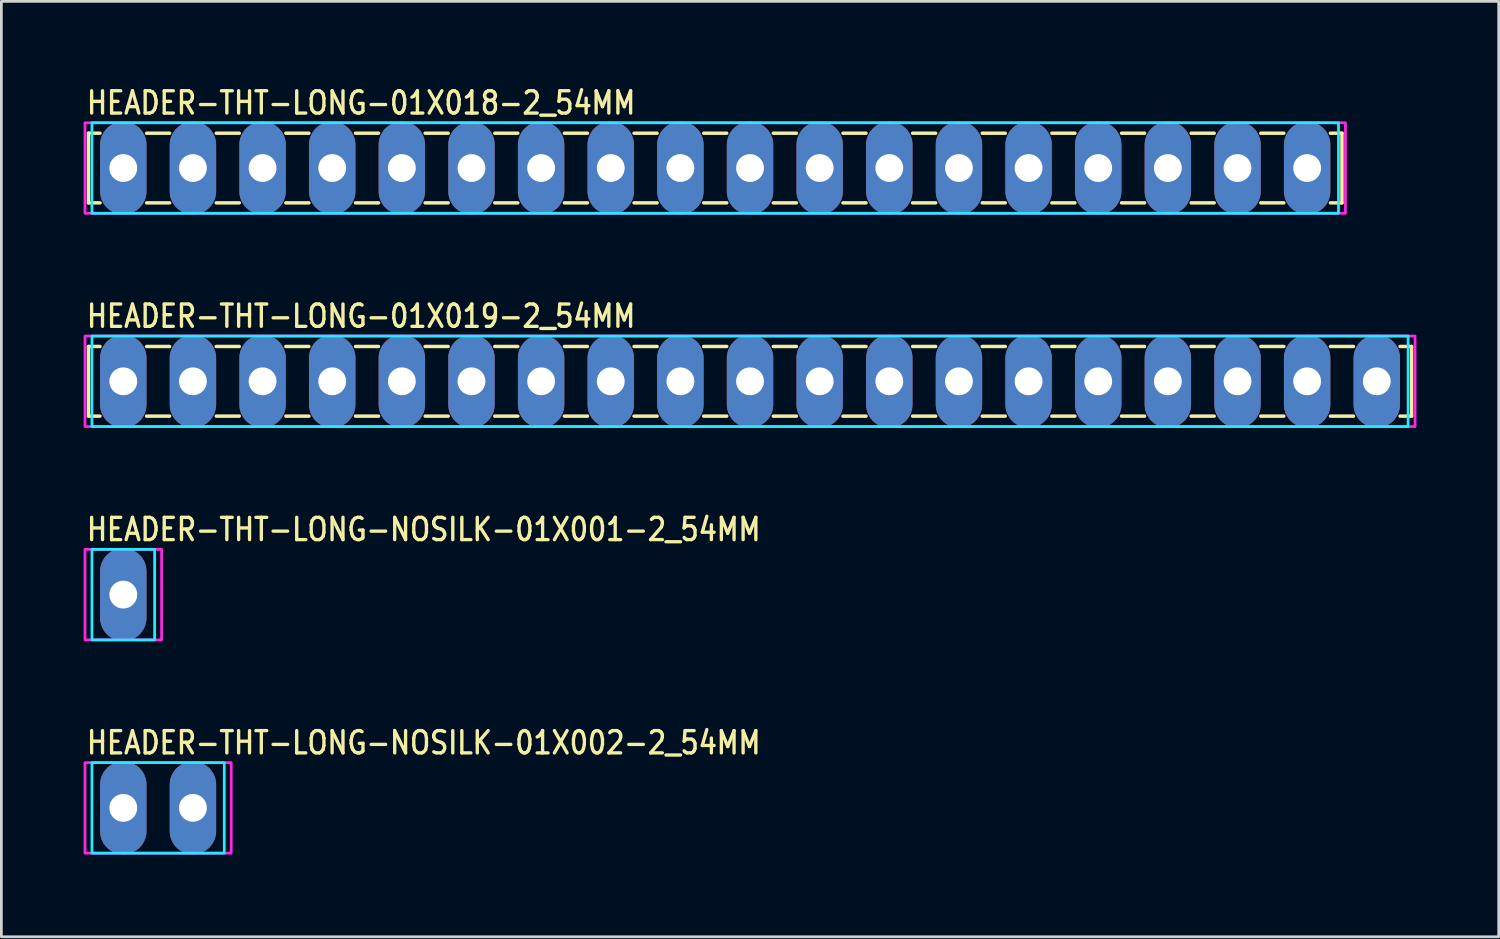
<source format=kicad_pcb>
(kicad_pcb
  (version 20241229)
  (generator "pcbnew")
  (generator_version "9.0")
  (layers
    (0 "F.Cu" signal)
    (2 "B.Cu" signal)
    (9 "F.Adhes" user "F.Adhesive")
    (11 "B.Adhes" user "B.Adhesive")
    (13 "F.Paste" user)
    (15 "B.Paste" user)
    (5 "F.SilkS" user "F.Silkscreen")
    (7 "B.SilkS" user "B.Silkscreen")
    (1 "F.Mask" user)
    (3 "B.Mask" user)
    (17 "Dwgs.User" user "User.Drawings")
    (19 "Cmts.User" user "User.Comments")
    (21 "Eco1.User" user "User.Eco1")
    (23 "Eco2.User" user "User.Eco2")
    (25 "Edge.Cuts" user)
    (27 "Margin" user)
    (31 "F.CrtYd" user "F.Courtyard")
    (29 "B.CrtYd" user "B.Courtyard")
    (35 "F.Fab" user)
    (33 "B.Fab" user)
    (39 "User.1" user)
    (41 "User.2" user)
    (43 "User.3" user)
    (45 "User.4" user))
  (footprint "HEADER-THT-LONG-NOSILK-01X002-2_54MM"
    (layer "F.Cu")
    (at 1.447 26.417)
    (property "Reference" "HEADER-THT-LONG-NOSILK-01X002-2_54MM" (at -1.4 -1.9 0) (unlocked yes) (layer "F.SilkS") (effects (font (size 0.813 0.695) (thickness 0.122)) (justify left bottom)))
    (fp_poly (pts (xy -1.143 -1.651) (xy 3.683 -1.651) (xy 3.683 1.651) (xy -1.143 1.651)) (stroke (width 0.1) (type solid)) (fill no) (layer "B.CrtYd"))
    (fp_poly (pts (xy -1.397 -1.651) (xy 3.937 -1.651) (xy 3.937 1.651) (xy -1.397 1.651)) (stroke (width 0.1) (type solid)) (fill no) (layer "F.CrtYd"))
    (pad "1" thru_hole oval (at 0 0 90) (size 3.387 1.693) (drill 1.016) (layers "*.Cu" "*.Mask"))
    (pad "2" thru_hole oval (at 2.54 0 90) (size 3.387 1.693) (drill 1.016) (layers "*.Cu" "*.Mask")))
  (footprint "HEADER-THT-LONG-NOSILK-01X001-2_54MM"
    (layer "F.Cu")
    (at 1.447 18.638)
    (property "Reference" "HEADER-THT-LONG-NOSILK-01X001-2_54MM" (at -1.4 -1.9 0) (unlocked yes) (layer "F.SilkS") (effects (font (size 0.813 0.695) (thickness 0.122)) (justify left bottom)))
    (fp_poly (pts (xy -1.143 -1.651) (xy 1.143 -1.651) (xy 1.143 1.651) (xy -1.143 1.651)) (stroke (width 0.1) (type solid)) (fill no) (layer "B.CrtYd"))
    (fp_poly (pts (xy -1.397 -1.651) (xy 1.397 -1.651) (xy 1.397 1.651) (xy -1.397 1.651)) (stroke (width 0.1) (type solid)) (fill no) (layer "F.CrtYd"))
    (pad "1" thru_hole oval (at 0 0 90) (size 3.387 1.693) (drill 1.016) (layers "*.Cu" "*.Mask")))
  (footprint "HEADER-THT-LONG-01X019-2_54MM"
    (layer "F.Cu")
    (at 1.447 10.858)
    (property "Reference" "HEADER-THT-LONG-01X019-2_54MM" (at -1.4 -1.9 0) (unlocked yes) (layer "F.SilkS") (effects (font (size 0.813 0.695) (thickness 0.122)) (justify left bottom)))
    (fp_line (start -1.27 -1.27) (end -1.27 1.27) (stroke (width 0.127) (type solid)) (layer "F.SilkS"))
    (fp_line (start -1.27 1.27) (end -0.85 1.27) (stroke (width 0.127) (type solid)) (layer "F.SilkS"))
    (fp_line (start -0.85 -1.27) (end -1.27 -1.27) (stroke (width 0.127) (type solid)) (layer "F.SilkS"))
    (fp_line (start 0.85 -1.27) (end 1.69 -1.27) (stroke (width 0.127) (type solid)) (layer "F.SilkS"))
    (fp_line (start 0.85 1.27) (end 1.69 1.27) (stroke (width 0.127) (type solid)) (layer "F.SilkS"))
    (fp_line (start 3.39 -1.27) (end 4.23 -1.27) (stroke (width 0.127) (type solid)) (layer "F.SilkS"))
    (fp_line (start 3.39 1.27) (end 4.23 1.27) (stroke (width 0.127) (type solid)) (layer "F.SilkS"))
    (fp_line (start 5.93 -1.27) (end 6.77 -1.27) (stroke (width 0.127) (type solid)) (layer "F.SilkS"))
    (fp_line (start 5.93 1.27) (end 6.77 1.27) (stroke (width 0.127) (type solid)) (layer "F.SilkS"))
    (fp_line (start 8.47 -1.27) (end 9.31 -1.27) (stroke (width 0.127) (type solid)) (layer "F.SilkS"))
    (fp_line (start 8.47 1.27) (end 9.31 1.27) (stroke (width 0.127) (type solid)) (layer "F.SilkS"))
    (fp_line (start 11.01 -1.27) (end 11.85 -1.27) (stroke (width 0.127) (type solid)) (layer "F.SilkS"))
    (fp_line (start 11.01 1.27) (end 11.85 1.27) (stroke (width 0.127) (type solid)) (layer "F.SilkS"))
    (fp_line (start 13.55 -1.27) (end 14.39 -1.27) (stroke (width 0.127) (type solid)) (layer "F.SilkS"))
    (fp_line (start 13.55 1.27) (end 14.39 1.27) (stroke (width 0.127) (type solid)) (layer "F.SilkS"))
    (fp_line (start 16.09 -1.27) (end 16.93 -1.27) (stroke (width 0.127) (type solid)) (layer "F.SilkS"))
    (fp_line (start 16.09 1.27) (end 16.93 1.27) (stroke (width 0.127) (type solid)) (layer "F.SilkS"))
    (fp_line (start 18.63 -1.27) (end 19.47 -1.27) (stroke (width 0.127) (type solid)) (layer "F.SilkS"))
    (fp_line (start 18.63 1.27) (end 19.47 1.27) (stroke (width 0.127) (type solid)) (layer "F.SilkS"))
    (fp_line (start 21.17 -1.27) (end 22.01 -1.27) (stroke (width 0.127) (type solid)) (layer "F.SilkS"))
    (fp_line (start 21.17 1.27) (end 22.01 1.27) (stroke (width 0.127) (type solid)) (layer "F.SilkS"))
    (fp_line (start 23.71 -1.27) (end 24.55 -1.27) (stroke (width 0.127) (type solid)) (layer "F.SilkS"))
    (fp_line (start 23.71 1.27) (end 24.55 1.27) (stroke (width 0.127) (type solid)) (layer "F.SilkS"))
    (fp_line (start 26.25 -1.27) (end 27.09 -1.27) (stroke (width 0.127) (type solid)) (layer "F.SilkS"))
    (fp_line (start 26.25 1.27) (end 27.09 1.27) (stroke (width 0.127) (type solid)) (layer "F.SilkS"))
    (fp_line (start 28.79 -1.27) (end 29.63 -1.27) (stroke (width 0.127) (type solid)) (layer "F.SilkS"))
    (fp_line (start 28.79 1.27) (end 29.63 1.27) (stroke (width 0.127) (type solid)) (layer "F.SilkS"))
    (fp_line (start 31.33 -1.27) (end 32.17 -1.27) (stroke (width 0.127) (type solid)) (layer "F.SilkS"))
    (fp_line (start 31.33 1.27) (end 32.17 1.27) (stroke (width 0.127) (type solid)) (layer "F.SilkS"))
    (fp_line (start 33.87 -1.27) (end 34.71 -1.27) (stroke (width 0.127) (type solid)) (layer "F.SilkS"))
    (fp_line (start 33.87 1.27) (end 34.71 1.27) (stroke (width 0.127) (type solid)) (layer "F.SilkS"))
    (fp_line (start 36.41 -1.27) (end 37.25 -1.27) (stroke (width 0.127) (type solid)) (layer "F.SilkS"))
    (fp_line (start 36.41 1.27) (end 37.25 1.27) (stroke (width 0.127) (type solid)) (layer "F.SilkS"))
    (fp_line (start 38.95 -1.27) (end 39.79 -1.27) (stroke (width 0.127) (type solid)) (layer "F.SilkS"))
    (fp_line (start 38.95 1.27) (end 39.79 1.27) (stroke (width 0.127) (type solid)) (layer "F.SilkS"))
    (fp_line (start 41.49 -1.27) (end 42.33 -1.27) (stroke (width 0.127) (type solid)) (layer "F.SilkS"))
    (fp_line (start 41.49 1.27) (end 42.33 1.27) (stroke (width 0.127) (type solid)) (layer "F.SilkS"))
    (fp_line (start 44.03 -1.27) (end 44.87 -1.27) (stroke (width 0.127) (type solid)) (layer "F.SilkS"))
    (fp_line (start 44.03 1.27) (end 44.87 1.27) (stroke (width 0.127) (type solid)) (layer "F.SilkS"))
    (fp_line (start 46.57 -1.27) (end 46.99 -1.27) (stroke (width 0.127) (type solid)) (layer "F.SilkS"))
    (fp_line (start 46.99 -1.27) (end 46.99 1.27) (stroke (width 0.127) (type solid)) (layer "F.SilkS"))
    (fp_line (start 46.99 1.27) (end 46.57 1.27) (stroke (width 0.127) (type solid)) (layer "F.SilkS"))
    (fp_poly (pts (xy -1.143 -1.651) (xy 46.863 -1.651) (xy 46.863 1.651) (xy -1.143 1.651)) (stroke (width 0.1) (type solid)) (fill no) (layer "B.CrtYd"))
    (fp_poly (pts (xy -1.397 -1.651) (xy 47.117 -1.651) (xy 47.117 1.651) (xy -1.397 1.651)) (stroke (width 0.1) (type solid)) (fill no) (layer "F.CrtYd"))
    (pad "1" thru_hole oval (at 0 0 90) (size 3.387 1.693) (drill 1.016) (layers "*.Cu" "*.Mask"))
    (pad "2" thru_hole oval (at 2.54 0 90) (size 3.387 1.693) (drill 1.016) (layers "*.Cu" "*.Mask"))
    (pad "3" thru_hole oval (at 5.08 0 90) (size 3.387 1.693) (drill 1.016) (layers "*.Cu" "*.Mask"))
    (pad "4" thru_hole oval (at 7.62 0 90) (size 3.387 1.693) (drill 1.016) (layers "*.Cu" "*.Mask"))
    (pad "5" thru_hole oval (at 10.16 0 90) (size 3.387 1.693) (drill 1.016) (layers "*.Cu" "*.Mask"))
    (pad "6" thru_hole oval (at 12.7 0 90) (size 3.387 1.693) (drill 1.016) (layers "*.Cu" "*.Mask"))
    (pad "7" thru_hole oval (at 15.24 0 90) (size 3.387 1.693) (drill 1.016) (layers "*.Cu" "*.Mask"))
    (pad "8" thru_hole oval (at 17.78 0 90) (size 3.387 1.693) (drill 1.016) (layers "*.Cu" "*.Mask"))
    (pad "9" thru_hole oval (at 20.32 0 90) (size 3.387 1.693) (drill 1.016) (layers "*.Cu" "*.Mask"))
    (pad "10" thru_hole oval (at 22.86 0 90) (size 3.387 1.693) (drill 1.016) (layers "*.Cu" "*.Mask"))
    (pad "11" thru_hole oval (at 25.4 0 90) (size 3.387 1.693) (drill 1.016) (layers "*.Cu" "*.Mask"))
    (pad "12" thru_hole oval (at 27.94 0 90) (size 3.387 1.693) (drill 1.016) (layers "*.Cu" "*.Mask"))
    (pad "13" thru_hole oval (at 30.48 0 90) (size 3.387 1.693) (drill 1.016) (layers "*.Cu" "*.Mask"))
    (pad "14" thru_hole oval (at 33.02 0 90) (size 3.387 1.693) (drill 1.016) (layers "*.Cu" "*.Mask"))
    (pad "15" thru_hole oval (at 35.56 0 90) (size 3.387 1.693) (drill 1.016) (layers "*.Cu" "*.Mask"))
    (pad "16" thru_hole oval (at 38.1 0 90) (size 3.387 1.693) (drill 1.016) (layers "*.Cu" "*.Mask"))
    (pad "17" thru_hole oval (at 40.64 0 90) (size 3.387 1.693) (drill 1.016) (layers "*.Cu" "*.Mask"))
    (pad "18" thru_hole oval (at 43.18 0 90) (size 3.387 1.693) (drill 1.016) (layers "*.Cu" "*.Mask"))
    (pad "19" thru_hole oval (at 45.72 0 90) (size 3.387 1.693) (drill 1.016) (layers "*.Cu" "*.Mask")))
  (footprint "HEADER-THT-LONG-01X018-2_54MM"
    (layer "F.Cu")
    (at 1.447 3.079)
    (property "Reference" "HEADER-THT-LONG-01X018-2_54MM" (at -1.4 -1.9 0) (unlocked yes) (layer "F.SilkS") (effects (font (size 0.813 0.695) (thickness 0.122)) (justify left bottom)))
    (fp_line (start -1.27 -1.27) (end -1.27 1.27) (stroke (width 0.127) (type solid)) (layer "F.SilkS"))
    (fp_line (start -1.27 1.27) (end -0.85 1.27) (stroke (width 0.127) (type solid)) (layer "F.SilkS"))
    (fp_line (start -0.85 -1.27) (end -1.27 -1.27) (stroke (width 0.127) (type solid)) (layer "F.SilkS"))
    (fp_line (start 0.85 -1.27) (end 1.69 -1.27) (stroke (width 0.127) (type solid)) (layer "F.SilkS"))
    (fp_line (start 0.85 1.27) (end 1.69 1.27) (stroke (width 0.127) (type solid)) (layer "F.SilkS"))
    (fp_line (start 3.39 -1.27) (end 4.23 -1.27) (stroke (width 0.127) (type solid)) (layer "F.SilkS"))
    (fp_line (start 3.39 1.27) (end 4.23 1.27) (stroke (width 0.127) (type solid)) (layer "F.SilkS"))
    (fp_line (start 5.93 -1.27) (end 6.77 -1.27) (stroke (width 0.127) (type solid)) (layer "F.SilkS"))
    (fp_line (start 5.93 1.27) (end 6.77 1.27) (stroke (width 0.127) (type solid)) (layer "F.SilkS"))
    (fp_line (start 8.47 -1.27) (end 9.31 -1.27) (stroke (width 0.127) (type solid)) (layer "F.SilkS"))
    (fp_line (start 8.47 1.27) (end 9.31 1.27) (stroke (width 0.127) (type solid)) (layer "F.SilkS"))
    (fp_line (start 11.01 -1.27) (end 11.85 -1.27) (stroke (width 0.127) (type solid)) (layer "F.SilkS"))
    (fp_line (start 11.01 1.27) (end 11.85 1.27) (stroke (width 0.127) (type solid)) (layer "F.SilkS"))
    (fp_line (start 13.55 -1.27) (end 14.39 -1.27) (stroke (width 0.127) (type solid)) (layer "F.SilkS"))
    (fp_line (start 13.55 1.27) (end 14.39 1.27) (stroke (width 0.127) (type solid)) (layer "F.SilkS"))
    (fp_line (start 16.09 -1.27) (end 16.93 -1.27) (stroke (width 0.127) (type solid)) (layer "F.SilkS"))
    (fp_line (start 16.09 1.27) (end 16.93 1.27) (stroke (width 0.127) (type solid)) (layer "F.SilkS"))
    (fp_line (start 18.63 -1.27) (end 19.47 -1.27) (stroke (width 0.127) (type solid)) (layer "F.SilkS"))
    (fp_line (start 18.63 1.27) (end 19.47 1.27) (stroke (width 0.127) (type solid)) (layer "F.SilkS"))
    (fp_line (start 21.17 -1.27) (end 22.01 -1.27) (stroke (width 0.127) (type solid)) (layer "F.SilkS"))
    (fp_line (start 21.17 1.27) (end 22.01 1.27) (stroke (width 0.127) (type solid)) (layer "F.SilkS"))
    (fp_line (start 23.71 -1.27) (end 24.55 -1.27) (stroke (width 0.127) (type solid)) (layer "F.SilkS"))
    (fp_line (start 23.71 1.27) (end 24.55 1.27) (stroke (width 0.127) (type solid)) (layer "F.SilkS"))
    (fp_line (start 26.25 -1.27) (end 27.09 -1.27) (stroke (width 0.127) (type solid)) (layer "F.SilkS"))
    (fp_line (start 26.25 1.27) (end 27.09 1.27) (stroke (width 0.127) (type solid)) (layer "F.SilkS"))
    (fp_line (start 28.79 -1.27) (end 29.63 -1.27) (stroke (width 0.127) (type solid)) (layer "F.SilkS"))
    (fp_line (start 28.79 1.27) (end 29.63 1.27) (stroke (width 0.127) (type solid)) (layer "F.SilkS"))
    (fp_line (start 31.33 -1.27) (end 32.17 -1.27) (stroke (width 0.127) (type solid)) (layer "F.SilkS"))
    (fp_line (start 31.33 1.27) (end 32.17 1.27) (stroke (width 0.127) (type solid)) (layer "F.SilkS"))
    (fp_line (start 33.87 -1.27) (end 34.71 -1.27) (stroke (width 0.127) (type solid)) (layer "F.SilkS"))
    (fp_line (start 33.87 1.27) (end 34.71 1.27) (stroke (width 0.127) (type solid)) (layer "F.SilkS"))
    (fp_line (start 36.41 -1.27) (end 37.25 -1.27) (stroke (width 0.127) (type solid)) (layer "F.SilkS"))
    (fp_line (start 36.41 1.27) (end 37.25 1.27) (stroke (width 0.127) (type solid)) (layer "F.SilkS"))
    (fp_line (start 38.95 -1.27) (end 39.79 -1.27) (stroke (width 0.127) (type solid)) (layer "F.SilkS"))
    (fp_line (start 38.95 1.27) (end 39.79 1.27) (stroke (width 0.127) (type solid)) (layer "F.SilkS"))
    (fp_line (start 41.49 -1.27) (end 42.33 -1.27) (stroke (width 0.127) (type solid)) (layer "F.SilkS"))
    (fp_line (start 41.49 1.27) (end 42.33 1.27) (stroke (width 0.127) (type solid)) (layer "F.SilkS"))
    (fp_line (start 44.03 -1.27) (end 44.45 -1.27) (stroke (width 0.127) (type solid)) (layer "F.SilkS"))
    (fp_line (start 44.45 -1.27) (end 44.45 1.27) (stroke (width 0.127) (type solid)) (layer "F.SilkS"))
    (fp_line (start 44.45 1.27) (end 44.03 1.27) (stroke (width 0.127) (type solid)) (layer "F.SilkS"))
    (fp_poly (pts (xy -1.143 -1.651) (xy 44.323 -1.651) (xy 44.323 1.651) (xy -1.143 1.651)) (stroke (width 0.1) (type solid)) (fill no) (layer "B.CrtYd"))
    (fp_poly (pts (xy -1.397 -1.651) (xy 44.577 -1.651) (xy 44.577 1.651) (xy -1.397 1.651)) (stroke (width 0.1) (type solid)) (fill no) (layer "F.CrtYd"))
    (pad "1" thru_hole oval (at 0 0 90) (size 3.387 1.693) (drill 1.016) (layers "*.Cu" "*.Mask"))
    (pad "2" thru_hole oval (at 2.54 0 90) (size 3.387 1.693) (drill 1.016) (layers "*.Cu" "*.Mask"))
    (pad "3" thru_hole oval (at 5.08 0 90) (size 3.387 1.693) (drill 1.016) (layers "*.Cu" "*.Mask"))
    (pad "4" thru_hole oval (at 7.62 0 90) (size 3.387 1.693) (drill 1.016) (layers "*.Cu" "*.Mask"))
    (pad "5" thru_hole oval (at 10.16 0 90) (size 3.387 1.693) (drill 1.016) (layers "*.Cu" "*.Mask"))
    (pad "6" thru_hole oval (at 12.7 0 90) (size 3.387 1.693) (drill 1.016) (layers "*.Cu" "*.Mask"))
    (pad "7" thru_hole oval (at 15.24 0 90) (size 3.387 1.693) (drill 1.016) (layers "*.Cu" "*.Mask"))
    (pad "8" thru_hole oval (at 17.78 0 90) (size 3.387 1.693) (drill 1.016) (layers "*.Cu" "*.Mask"))
    (pad "9" thru_hole oval (at 20.32 0 90) (size 3.387 1.693) (drill 1.016) (layers "*.Cu" "*.Mask"))
    (pad "10" thru_hole oval (at 22.86 0 90) (size 3.387 1.693) (drill 1.016) (layers "*.Cu" "*.Mask"))
    (pad "11" thru_hole oval (at 25.4 0 90) (size 3.387 1.693) (drill 1.016) (layers "*.Cu" "*.Mask"))
    (pad "12" thru_hole oval (at 27.94 0 90) (size 3.387 1.693) (drill 1.016) (layers "*.Cu" "*.Mask"))
    (pad "13" thru_hole oval (at 30.48 0 90) (size 3.387 1.693) (drill 1.016) (layers "*.Cu" "*.Mask"))
    (pad "14" thru_hole oval (at 33.02 0 90) (size 3.387 1.693) (drill 1.016) (layers "*.Cu" "*.Mask"))
    (pad "15" thru_hole oval (at 35.56 0 90) (size 3.387 1.693) (drill 1.016) (layers "*.Cu" "*.Mask"))
    (pad "16" thru_hole oval (at 38.1 0 90) (size 3.387 1.693) (drill 1.016) (layers "*.Cu" "*.Mask"))
    (pad "17" thru_hole oval (at 40.64 0 90) (size 3.387 1.693) (drill 1.016) (layers "*.Cu" "*.Mask"))
    (pad "18" thru_hole oval (at 43.18 0 90) (size 3.387 1.693) (drill 1.016) (layers "*.Cu" "*.Mask")))
  (gr_rect
    (start -3 -3)
    (end 51.614 31.118)
    (stroke (width 0.1) (type default))
    (fill no)
    (layer "Edge.Cuts")))
</source>
